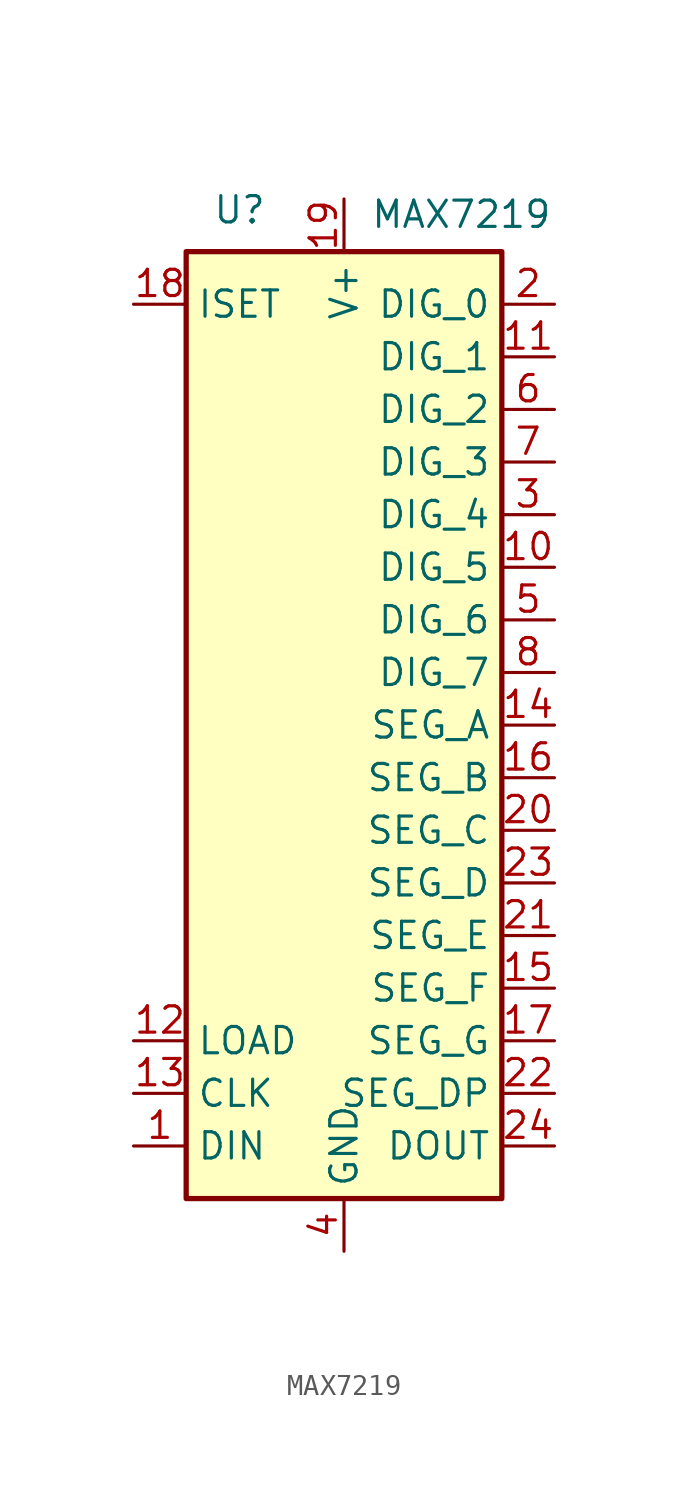
<source format=kicad_sym>
(kicad_symbol_lib
  (version 20211014)
  (generator kicad_symbol_editor)
  (symbol "MAX7219"
    (property "Reference" "U"
      (at -6.35 24.13 0)
      (effects (font (size 1.27 1.27)) (justify left bottom)))
    (property "Value" "MAX7219"
      (at 1.27 25.4 0)
      (effects (font (size 1.27 1.27)) (justify left top)))
    (symbol "MAX7219_0_1"
      (rectangle (start -7.62 22.86) (end 7.62 -22.86) (stroke (width 0.254) (type default) (color 0 0 0 0)) (fill (type background))))
    (symbol "MAX7219_1_1"
      (pin input line (at -10.16 -20.32 0) (length 2.54) (name "DIN" (effects (font (size 1.27 1.27)))) (number "1" (effects (font (size 1.27 1.27)))))
      (pin output line (at 10.16 7.62 180) (length 2.54) (name "DIG_5" (effects (font (size 1.27 1.27)))) (number "10" (effects (font (size 1.27 1.27)))))
      (pin output line (at 10.16 17.78 180) (length 2.54) (name "DIG_1" (effects (font (size 1.27 1.27)))) (number "11" (effects (font (size 1.27 1.27)))))
      (pin input line (at -10.16 -15.24 0) (length 2.54) (name "LOAD" (effects (font (size 1.27 1.27)))) (number "12" (effects (font (size 1.27 1.27)))))
      (pin input line (at -10.16 -17.78 0) (length 2.54) (name "CLK" (effects (font (size 1.27 1.27)))) (number "13" (effects (font (size 1.27 1.27)))))
      (pin output line (at 10.16 0 180) (length 2.54) (name "SEG_A" (effects (font (size 1.27 1.27)))) (number "14" (effects (font (size 1.27 1.27)))))
      (pin output line (at 10.16 -12.7 180) (length 2.54) (name "SEG_F" (effects (font (size 1.27 1.27)))) (number "15" (effects (font (size 1.27 1.27)))))
      (pin output line (at 10.16 -2.54 180) (length 2.54) (name "SEG_B" (effects (font (size 1.27 1.27)))) (number "16" (effects (font (size 1.27 1.27)))))
      (pin output line (at 10.16 -15.24 180) (length 2.54) (name "SEG_G" (effects (font (size 1.27 1.27)))) (number "17" (effects (font (size 1.27 1.27)))))
      (pin input line (at -10.16 20.32 0) (length 2.54) (name "ISET" (effects (font (size 1.27 1.27)))) (number "18" (effects (font (size 1.27 1.27)))))
      (pin power_in line (at 0 25.4 270) (length 2.54) (name "V+" (effects (font (size 1.27 1.27)))) (number "19" (effects (font (size 1.27 1.27)))))
      (pin output line (at 10.16 20.32 180) (length 2.54) (name "DIG_0" (effects (font (size 1.27 1.27)))) (number "2" (effects (font (size 1.27 1.27)))))
      (pin output line (at 10.16 -5.08 180) (length 2.54) (name "SEG_C" (effects (font (size 1.27 1.27)))) (number "20" (effects (font (size 1.27 1.27)))))
      (pin output line (at 10.16 -10.16 180) (length 2.54) (name "SEG_E" (effects (font (size 1.27 1.27)))) (number "21" (effects (font (size 1.27 1.27)))))
      (pin output line (at 10.16 -17.78 180) (length 2.54) (name "SEG_DP" (effects (font (size 1.27 1.27)))) (number "22" (effects (font (size 1.27 1.27)))))
      (pin output line (at 10.16 -7.62 180) (length 2.54) (name "SEG_D" (effects (font (size 1.27 1.27)))) (number "23" (effects (font (size 1.27 1.27)))))
      (pin output line (at 10.16 -20.32 180) (length 2.54) (name "DOUT" (effects (font (size 1.27 1.27)))) (number "24" (effects (font (size 1.27 1.27)))))
      (pin output line (at 10.16 10.16 180) (length 2.54) (name "DIG_4" (effects (font (size 1.27 1.27)))) (number "3" (effects (font (size 1.27 1.27)))))
      (pin power_in line (at 0 -25.4 90) (length 2.54) (name "GND" (effects (font (size 1.27 1.27)))) (number "4" (effects (font (size 1.27 1.27)))))
      (pin output line (at 10.16 5.08 180) (length 2.54) (name "DIG_6" (effects (font (size 1.27 1.27)))) (number "5" (effects (font (size 1.27 1.27)))))
      (pin output line (at 10.16 15.24 180) (length 2.54) (name "DIG_2" (effects (font (size 1.27 1.27)))) (number "6" (effects (font (size 1.27 1.27)))))
      (pin output line (at 10.16 12.7 180) (length 2.54) (name "DIG_3" (effects (font (size 1.27 1.27)))) (number "7" (effects (font (size 1.27 1.27)))))
      (pin output line (at 10.16 2.54 180) (length 2.54) (name "DIG_7" (effects (font (size 1.27 1.27)))) (number "8" (effects (font (size 1.27 1.27)))))
      (pin passive line (at 0 -25.4 90) (length 2.54) hide (name "GND" (effects (font (size 1.27 1.27)))) (number "9" (effects (font (size 1.27 1.27))))))))
</source>
